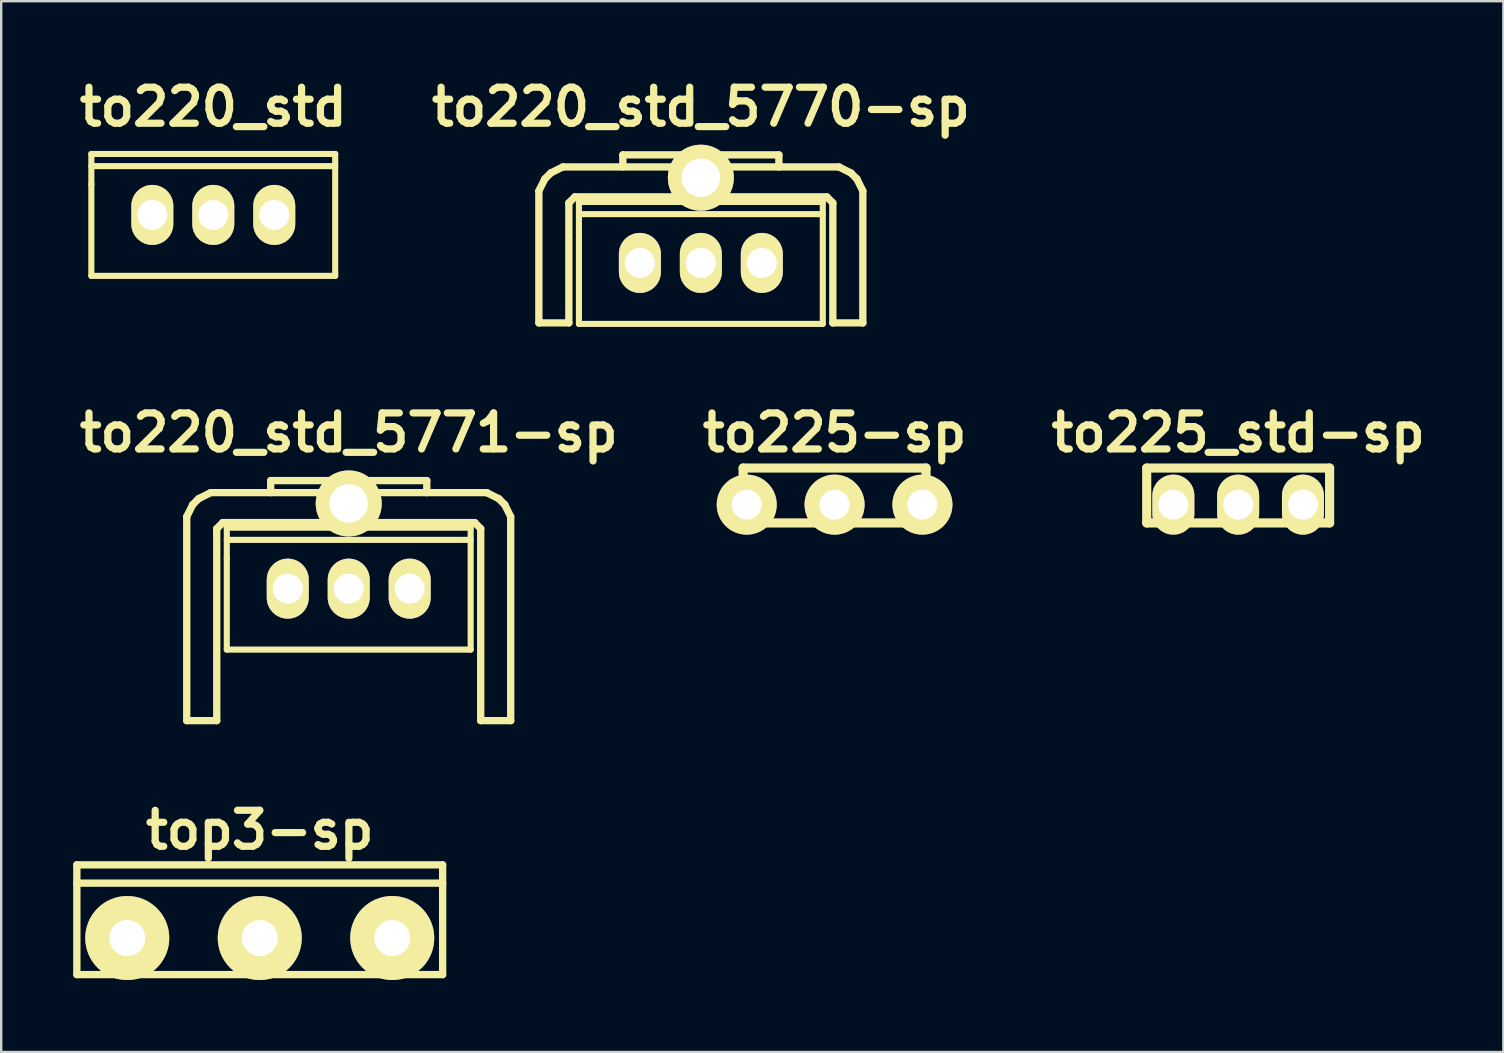
<source format=kicad_pcb>
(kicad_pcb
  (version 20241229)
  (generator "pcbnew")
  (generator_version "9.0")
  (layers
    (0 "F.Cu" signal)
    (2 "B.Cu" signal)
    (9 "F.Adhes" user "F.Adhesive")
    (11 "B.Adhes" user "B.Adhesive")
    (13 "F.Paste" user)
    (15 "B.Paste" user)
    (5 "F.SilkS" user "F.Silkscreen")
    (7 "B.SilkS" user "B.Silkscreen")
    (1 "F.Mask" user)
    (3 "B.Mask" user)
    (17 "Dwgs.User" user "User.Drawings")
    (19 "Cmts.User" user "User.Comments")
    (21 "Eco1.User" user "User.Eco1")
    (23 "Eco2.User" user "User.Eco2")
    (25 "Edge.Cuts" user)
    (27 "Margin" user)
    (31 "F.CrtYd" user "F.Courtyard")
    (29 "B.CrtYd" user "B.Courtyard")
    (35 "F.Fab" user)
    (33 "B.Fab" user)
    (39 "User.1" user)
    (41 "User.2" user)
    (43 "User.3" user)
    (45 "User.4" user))
  (footprint "top3-sp"
    (layer "F.Cu")
    (at 7.772 36.031)
    (property "Reference" "top3-sp" (at 0 -4.5 0) (layer "F.SilkS") (effects (font (size 1.5 1.5) (thickness 0.3))))
    (attr through_hole)
    (fp_line (start -7.62 -3.048) (end -7.62 1.524) (stroke (width 0.305) (type solid)) (layer "F.SilkS"))
    (fp_line (start -7.62 -2.286) (end 7.62 -2.286) (stroke (width 0.305) (type solid)) (layer "F.SilkS"))
    (fp_line (start -7.62 1.524) (end 7.62 1.524) (stroke (width 0.305) (type solid)) (layer "F.SilkS"))
    (fp_line (start 7.62 -3.048) (end -7.62 -3.048) (stroke (width 0.305) (type solid)) (layer "F.SilkS"))
    (fp_line (start 7.62 1.524) (end 7.62 -3.048) (stroke (width 0.305) (type solid)) (layer "F.SilkS"))
    (pad "1" thru_hole circle (at -5.52 0) (size 3.5 3.5) (drill 1.5) (layers "*.Cu" "*.Mask" "F.SilkS"))
    (pad "2" thru_hole circle (at 0 0) (size 3.5 3.5) (drill 1.5) (layers "*.Cu" "*.Mask" "F.SilkS"))
    (pad "3" thru_hole circle (at 5.52 0) (size 3.5 3.5) (drill 1.5) (layers "*.Cu" "*.Mask" "F.SilkS")))
  (footprint "to225-sp"
    (layer "F.Cu")
    (at 31.721 17.975)
    (property "Reference" "to225-sp" (at 0 -3 0) (layer "F.SilkS") (effects (font (size 1.5 1.5) (thickness 0.3))))
    (attr through_hole)
    (fp_line (start -3.81 -1.524) (end 3.81 -1.524) (stroke (width 0.381) (type solid)) (layer "F.SilkS"))
    (fp_line (start -3.81 0.762) (end -3.81 -1.524) (stroke (width 0.381) (type solid)) (layer "F.SilkS"))
    (fp_line (start 3.81 -1.524) (end 3.81 0.762) (stroke (width 0.381) (type solid)) (layer "F.SilkS"))
    (fp_line (start 3.81 0.762) (end -3.81 0.762) (stroke (width 0.381) (type solid)) (layer "F.SilkS"))
    (pad "1" thru_hole circle (at -3.66 0) (size 2.5 2.5) (drill 1.25) (layers "*.Cu" "*.Mask" "F.SilkS"))
    (pad "2" thru_hole circle (at 0 0) (size 2.5 2.5) (drill 1.25) (layers "*.Cu" "*.Mask" "F.SilkS"))
    (pad "3" thru_hole circle (at 3.66 0) (size 2.5 2.5) (drill 1.25) (layers "*.Cu" "*.Mask" "F.SilkS")))
  (footprint "to225_std-sp"
    (layer "F.Cu")
    (at 48.536 17.975)
    (property "Reference" "to225_std-sp" (at 0 -3 0) (layer "F.SilkS") (effects (font (size 1.5 1.5) (thickness 0.3))))
    (attr through_hole)
    (fp_line (start -3.81 -1.524) (end 3.81 -1.524) (stroke (width 0.381) (type solid)) (layer "F.SilkS"))
    (fp_line (start -3.81 0.762) (end -3.81 -1.524) (stroke (width 0.381) (type solid)) (layer "F.SilkS"))
    (fp_line (start 3.81 -1.524) (end 3.81 0.762) (stroke (width 0.381) (type solid)) (layer "F.SilkS"))
    (fp_line (start 3.81 0.762) (end -3.81 0.762) (stroke (width 0.381) (type solid)) (layer "F.SilkS"))
    (pad "1" thru_hole oval (at -2.7 0) (size 1.75 2.5) (drill 1.25) (layers "*.Cu" "*.Mask" "F.SilkS"))
    (pad "2" thru_hole oval (at 0 0) (size 1.75 2.5) (drill 1.25) (layers "*.Cu" "*.Mask" "F.SilkS"))
    (pad "3" thru_hole oval (at 2.7 0) (size 1.75 2.5) (drill 1.25) (layers "*.Cu" "*.Mask" "F.SilkS")))
  (footprint "to220_std_5770-sp"
    (layer "F.Cu")
    (at 26.15 7.904)
    (property "Reference" "to220_std_5770-sp" (at 0 -6.5 0) (layer "F.SilkS") (effects (font (size 1.5 1.5) (thickness 0.3))))
    (attr through_hole)
    (fp_line (start -6.749 -3) (end -6.5 -3.5) (stroke (width 0.305) (type solid)) (layer "F.SilkS"))
    (fp_line (start -6.749 2.499) (end -6.749 -3) (stroke (width 0.305) (type solid)) (layer "F.SilkS"))
    (fp_line (start -6.5 -3.5) (end -6.251 -3.749) (stroke (width 0.305) (type solid)) (layer "F.SilkS"))
    (fp_line (start -6.251 -3.749) (end -5.751 -4) (stroke (width 0.305) (type solid)) (layer "F.SilkS"))
    (fp_line (start -5.499 -2.499) (end -5.499 2.499) (stroke (width 0.305) (type solid)) (layer "F.SilkS"))
    (fp_line (start -5.499 -2.499) (end -5.25 -2.751) (stroke (width 0.305) (type solid)) (layer "F.SilkS"))
    (fp_line (start -5.499 2.499) (end -6.749 2.499) (stroke (width 0.305) (type solid)) (layer "F.SilkS"))
    (fp_line (start -5.25 -2.751) (end 5.25 -2.751) (stroke (width 0.305) (type solid)) (layer "F.SilkS"))
    (fp_line (start -5.08 -2.54) (end -5.08 -1.27) (stroke (width 0.254) (type solid)) (layer "F.SilkS"))
    (fp_line (start -5.08 -2.032) (end 5.08 -2.032) (stroke (width 0.254) (type solid)) (layer "F.SilkS"))
    (fp_line (start -5.08 -1.27) (end -5.08 2.54) (stroke (width 0.254) (type solid)) (layer "F.SilkS"))
    (fp_line (start -5.08 2.54) (end 5.08 2.54) (stroke (width 0.254) (type solid)) (layer "F.SilkS"))
    (fp_line (start -3.251 -4.501) (end 3.251 -4.501) (stroke (width 0.305) (type solid)) (layer "F.SilkS"))
    (fp_line (start -3.251 -4) (end -3.251 -4.501) (stroke (width 0.305) (type solid)) (layer "F.SilkS"))
    (fp_line (start 3.251 -4.501) (end 3.251 -4) (stroke (width 0.305) (type solid)) (layer "F.SilkS"))
    (fp_line (start 5.08 -2.54) (end -5.08 -2.54) (stroke (width 0.254) (type solid)) (layer "F.SilkS"))
    (fp_line (start 5.08 2.54) (end 5.08 -2.54) (stroke (width 0.254) (type solid)) (layer "F.SilkS"))
    (fp_line (start 5.25 -2.751) (end 5.499 -2.499) (stroke (width 0.305) (type solid)) (layer "F.SilkS"))
    (fp_line (start 5.499 2.499) (end 5.499 -2.499) (stroke (width 0.305) (type solid)) (layer "F.SilkS"))
    (fp_line (start 5.751 -4) (end -5.751 -4) (stroke (width 0.305) (type solid)) (layer "F.SilkS"))
    (fp_line (start 5.751 -4) (end 6.251 -3.749) (stroke (width 0.305) (type solid)) (layer "F.SilkS"))
    (fp_line (start 6.251 -3.749) (end 6.5 -3.5) (stroke (width 0.305) (type solid)) (layer "F.SilkS"))
    (fp_line (start 6.5 -3.5) (end 6.749 -3) (stroke (width 0.305) (type solid)) (layer "F.SilkS"))
    (fp_line (start 6.749 -3) (end 6.749 2.499) (stroke (width 0.305) (type solid)) (layer "F.SilkS"))
    (fp_line (start 6.749 2.499) (end 5.499 2.499) (stroke (width 0.305) (type solid)) (layer "F.SilkS"))
    (pad "" thru_hole circle (at 0 -3.55) (size 2.75 2.75) (drill 1.6) (layers "*.Cu" "*.Mask" "F.SilkS"))
    (pad "1" thru_hole oval (at -2.54 0) (size 1.75 2.5) (drill 1.25) (layers "*.Cu" "*.Mask" "F.SilkS"))
    (pad "2" thru_hole oval (at 0 0) (size 1.75 2.5) (drill 1.25) (layers "*.Cu" "*.Mask" "F.SilkS"))
    (pad "3" thru_hole oval (at 2.54 0) (size 1.75 2.5) (drill 1.25) (layers "*.Cu" "*.Mask" "F.SilkS")))
  (footprint "to220_std_5771-sp"
    (layer "F.Cu")
    (at 11.479 21.475)
    (property "Reference" "to220_std_5771-sp" (at 0 -6.5 0) (layer "F.SilkS") (effects (font (size 1.5 1.5) (thickness 0.3))))
    (attr through_hole)
    (fp_line (start -6.749 -3) (end -6.749 5.499) (stroke (width 0.305) (type solid)) (layer "F.SilkS"))
    (fp_line (start -6.749 -3) (end -6.5 -3.5) (stroke (width 0.305) (type solid)) (layer "F.SilkS"))
    (fp_line (start -6.5 -3.5) (end -6.251 -3.749) (stroke (width 0.305) (type solid)) (layer "F.SilkS"))
    (fp_line (start -6.251 -3.749) (end -5.751 -4) (stroke (width 0.305) (type solid)) (layer "F.SilkS"))
    (fp_line (start -5.499 -2.499) (end -5.25 -2.751) (stroke (width 0.305) (type solid)) (layer "F.SilkS"))
    (fp_line (start -5.499 5.499) (end -6.749 5.499) (stroke (width 0.305) (type solid)) (layer "F.SilkS"))
    (fp_line (start -5.499 5.499) (end -5.499 -2.499) (stroke (width 0.305) (type solid)) (layer "F.SilkS"))
    (fp_line (start -5.25 -2.751) (end 5.25 -2.751) (stroke (width 0.305) (type solid)) (layer "F.SilkS"))
    (fp_line (start -5.08 -2.54) (end -5.08 -1.27) (stroke (width 0.254) (type solid)) (layer "F.SilkS"))
    (fp_line (start -5.08 -2.032) (end 5.08 -2.032) (stroke (width 0.254) (type solid)) (layer "F.SilkS"))
    (fp_line (start -5.08 -1.27) (end -5.08 2.54) (stroke (width 0.254) (type solid)) (layer "F.SilkS"))
    (fp_line (start -5.08 2.54) (end 5.08 2.54) (stroke (width 0.254) (type solid)) (layer "F.SilkS"))
    (fp_line (start -3.251 -4.501) (end 3.251 -4.501) (stroke (width 0.305) (type solid)) (layer "F.SilkS"))
    (fp_line (start -3.251 -4) (end -3.251 -4.501) (stroke (width 0.305) (type solid)) (layer "F.SilkS"))
    (fp_line (start 3.251 -4.501) (end 3.251 -4) (stroke (width 0.305) (type solid)) (layer "F.SilkS"))
    (fp_line (start 5.08 -2.54) (end -5.08 -2.54) (stroke (width 0.254) (type solid)) (layer "F.SilkS"))
    (fp_line (start 5.08 2.54) (end 5.08 -2.54) (stroke (width 0.254) (type solid)) (layer "F.SilkS"))
    (fp_line (start 5.25 -2.751) (end 5.499 -2.499) (stroke (width 0.305) (type solid)) (layer "F.SilkS"))
    (fp_line (start 5.499 5.499) (end 5.499 -2.499) (stroke (width 0.305) (type solid)) (layer "F.SilkS"))
    (fp_line (start 5.751 -4) (end -5.751 -4) (stroke (width 0.305) (type solid)) (layer "F.SilkS"))
    (fp_line (start 5.751 -4) (end 6.251 -3.749) (stroke (width 0.305) (type solid)) (layer "F.SilkS"))
    (fp_line (start 6.251 -3.749) (end 6.5 -3.5) (stroke (width 0.305) (type solid)) (layer "F.SilkS"))
    (fp_line (start 6.5 -3.5) (end 6.749 -3) (stroke (width 0.305) (type solid)) (layer "F.SilkS"))
    (fp_line (start 6.749 -3) (end 6.749 5.499) (stroke (width 0.305) (type solid)) (layer "F.SilkS"))
    (fp_line (start 6.749 5.499) (end 5.499 5.499) (stroke (width 0.305) (type solid)) (layer "F.SilkS"))
    (pad "" thru_hole circle (at 0 -3.55) (size 2.75 2.75) (drill 1.6) (layers "*.Cu" "*.Mask" "F.SilkS"))
    (pad "1" thru_hole oval (at -2.54 0) (size 1.75 2.5) (drill 1.25) (layers "*.Cu" "*.Mask" "F.SilkS"))
    (pad "2" thru_hole oval (at 0 0) (size 1.75 2.5) (drill 1.25) (layers "*.Cu" "*.Mask" "F.SilkS"))
    (pad "3" thru_hole oval (at 2.54 0) (size 1.75 2.5) (drill 1.25) (layers "*.Cu" "*.Mask" "F.SilkS")))
  (footprint "to220_std"
    (layer "F.Cu")
    (at 5.836 5.904)
    (property "Reference" "to220_std" (at 0 -4.5 0) (layer "F.SilkS") (effects (font (size 1.5 1.5) (thickness 0.3))))
    (attr through_hole)
    (fp_line (start -5.08 -2.54) (end -5.08 -1.27) (stroke (width 0.254) (type solid)) (layer "F.SilkS"))
    (fp_line (start -5.08 -2.032) (end 5.08 -2.032) (stroke (width 0.254) (type solid)) (layer "F.SilkS"))
    (fp_line (start -5.08 -1.27) (end -5.08 2.54) (stroke (width 0.254) (type solid)) (layer "F.SilkS"))
    (fp_line (start -5.08 2.54) (end 5.08 2.54) (stroke (width 0.254) (type solid)) (layer "F.SilkS"))
    (fp_line (start 5.08 -2.54) (end -5.08 -2.54) (stroke (width 0.254) (type solid)) (layer "F.SilkS"))
    (fp_line (start 5.08 2.54) (end 5.08 -2.54) (stroke (width 0.254) (type solid)) (layer "F.SilkS"))
    (pad "1" thru_hole oval (at 2.54 0) (size 1.75 2.5) (drill 1.25) (layers "*.Cu" "*.Mask" "F.SilkS"))
    (pad "2" thru_hole oval (at 0 0) (size 1.75 2.5) (drill 1.25) (layers "*.Cu" "*.Mask" "F.SilkS"))
    (pad "3" thru_hole oval (at -2.54 0) (size 1.75 2.5) (drill 1.25) (layers "*.Cu" "*.Mask" "F.SilkS")))
  (gr_rect
    (start -3 -3)
    (end 59.586 40.781)
    (stroke (width 0.1) (type default))
    (fill no)
    (layer "Edge.Cuts")))
</source>
